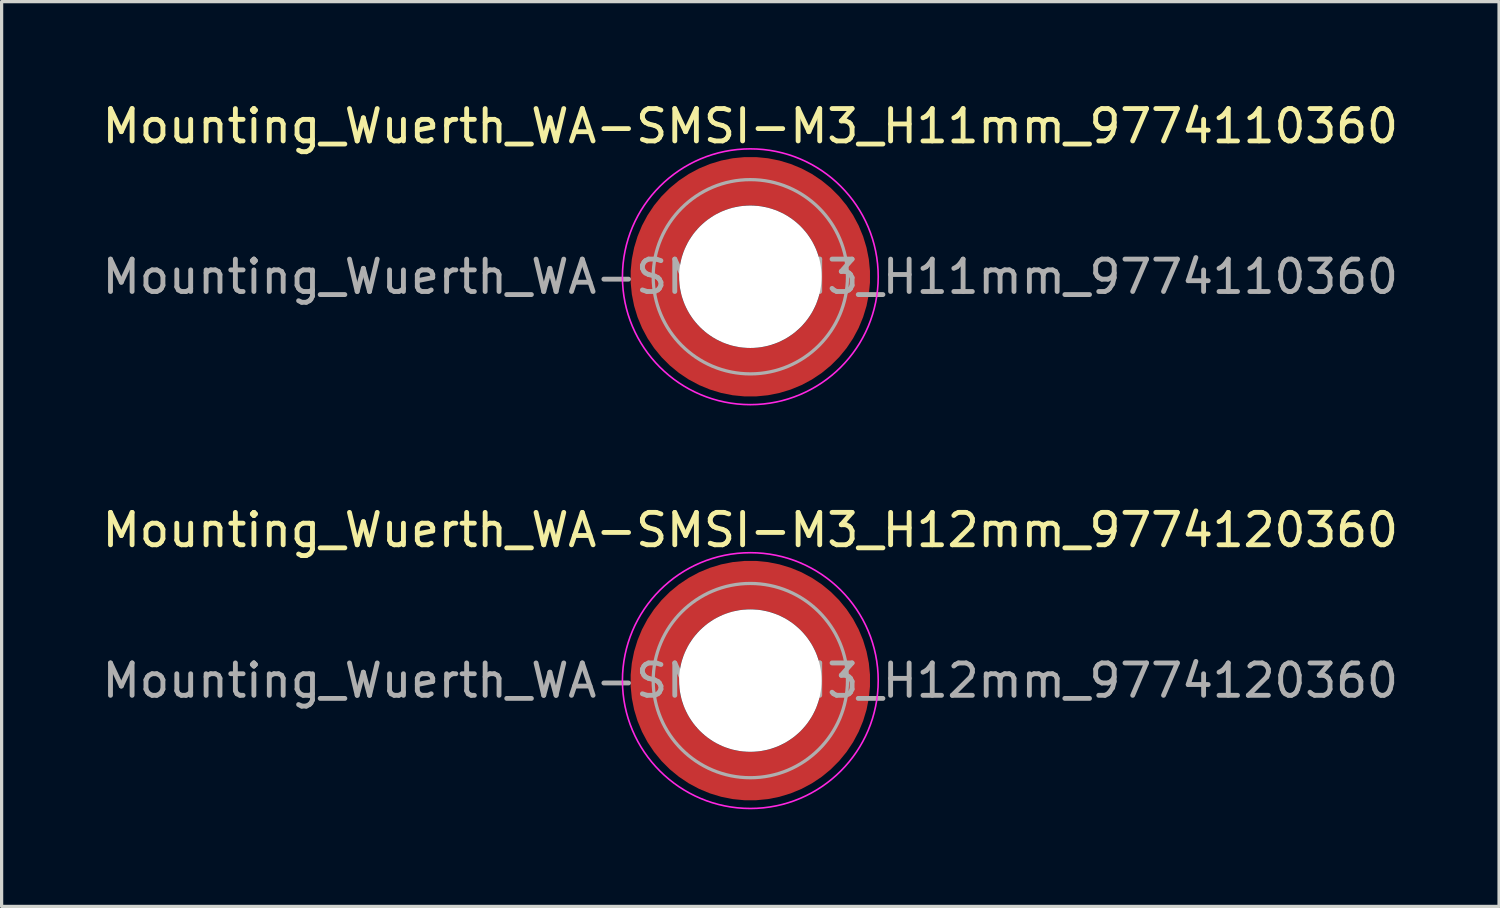
<source format=kicad_pcb>
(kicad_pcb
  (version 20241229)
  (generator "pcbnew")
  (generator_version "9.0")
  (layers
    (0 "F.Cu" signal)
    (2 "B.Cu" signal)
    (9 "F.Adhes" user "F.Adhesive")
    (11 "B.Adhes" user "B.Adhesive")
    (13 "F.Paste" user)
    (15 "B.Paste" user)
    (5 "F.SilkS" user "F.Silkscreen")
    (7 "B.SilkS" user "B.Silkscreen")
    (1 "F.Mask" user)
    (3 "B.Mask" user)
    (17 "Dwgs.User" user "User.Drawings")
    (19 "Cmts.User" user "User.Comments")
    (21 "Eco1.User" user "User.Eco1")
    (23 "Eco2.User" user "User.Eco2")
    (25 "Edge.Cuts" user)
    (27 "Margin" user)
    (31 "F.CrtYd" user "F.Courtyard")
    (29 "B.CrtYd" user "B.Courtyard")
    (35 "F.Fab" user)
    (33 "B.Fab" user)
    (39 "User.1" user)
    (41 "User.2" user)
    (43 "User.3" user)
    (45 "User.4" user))
  (footprint "Mounting_Wuerth_WA-SMSI-M3_H12mm_9774120360"
    (layer "F.Cu")
    (at 20.125 17.971)
    (property "Reference" "Mounting_Wuerth_WA-SMSI-M3_H12mm_9774120360" (at 0 -4.65 0) (layer "F.SilkS") (effects (font (size 1 1) (thickness 0.15))))
    (attr smd)
    (fp_circle (center 0 0) (end 3.95 0) (stroke (width 0.05) (type solid)) (fill no) (layer "F.CrtYd"))
    (fp_circle (center 0 0) (end 3 0) (stroke (width 0.1) (type solid)) (fill no) (layer "F.Fab"))
    (fp_text user "${REFERENCE}" (at 0 0 0) (layer "F.Fab") (effects (font (size 1 1) (thickness 0.15))))
    (pad "" smd custom (at -2.058 -2.058) (size 0.7 0.7) (layers "F.Paste") (options (anchor circle)) (primitives (gr_arc (start -0.377294 1.707681) (mid 0.317578 0.318817) (end 1.705947 -0.377044) (width 0.2)) (gr_arc (start -0.478281 1.707681) (mid 0.246161 0.248814) (end 1.703965 -0.477765) (width 0.2)) (gr_arc (start -0.579192 1.707681) (mid 0.175492 0.178063) (end 1.704077 -0.578711) (width 0.2)) (gr_arc (start -0.680037 1.707681) (mid 0.105568 0.106564) (end 1.706284 -0.679858) (width 0.2)) (gr_arc (start -0.780822 1.707681) (mid 0.034627 0.036085) (end 1.705634 -0.780569) (width 0.2)) (gr_arc (start -0.881554 1.707681) (mid -0.035694 -0.035016) (end 1.706729 -0.881441) (width 0.2)) (gr_arc (start -0.982237 1.707681) (mid -0.107281 -0.10485) (end 1.704266 -0.981843) (width 0.2)) (gr_arc (start -1.082877 1.707681) (mid -0.178372 -0.175181) (end 1.703197 -1.082374) (width 0.2)) (gr_arc (start -1.183476 1.707681) (mid -0.248964 -0.246008) (end 1.703525 -1.183025) (width 0.2)) (gr_arc (start -1.28404 1.707681) (mid -0.319062 -0.317334) (end 1.70525 -1.283784) (width 0.2)) (gr_line (start 1.708 -0.377) (end 1.708 -1.284) (width 0.2)) (gr_line (start -0.377 1.708) (end -1.284 1.708) (width 0.2))))
    (pad "" smd custom (at -2.058 2.058) (size 0.7 0.7) (layers "F.Paste") (options (anchor circle)) (primitives (gr_arc (start 1.707681 0.377294) (mid 0.318817 -0.317578) (end -0.377044 -1.705947) (width 0.2)) (gr_arc (start 1.707681 0.478281) (mid 0.248814 -0.246161) (end -0.477765 -1.703965) (width 0.2)) (gr_arc (start 1.707681 0.579192) (mid 0.178063 -0.175492) (end -0.578711 -1.704077) (width 0.2)) (gr_arc (start 1.707681 0.680037) (mid 0.106564 -0.105568) (end -0.679858 -1.706284) (width 0.2)) (gr_arc (start 1.707681 0.780822) (mid 0.036085 -0.034626) (end -0.780569 -1.705634) (width 0.2)) (gr_arc (start 1.707681 0.881554) (mid -0.035016 0.035694) (end -0.881441 -1.706729) (width 0.2)) (gr_arc (start 1.707681 0.982237) (mid -0.10485 0.107281) (end -0.981842 -1.704266) (width 0.2)) (gr_arc (start 1.707681 1.082877) (mid -0.175181 0.178372) (end -1.082374 -1.703197) (width 0.2)) (gr_arc (start 1.707681 1.183476) (mid -0.246008 0.248964) (end -1.183025 -1.703525) (width 0.2)) (gr_arc (start 1.707681 1.28404) (mid -0.317334 0.319062) (end -1.283784 -1.70525) (width 0.2)) (gr_line (start -0.377 -1.708) (end -1.284 -1.708) (width 0.2)) (gr_line (start 1.708 0.377) (end 1.708 1.284) (width 0.2))))
    (pad "" np_thru_hole circle (at 0 0) (size 4.4 4.4) (drill 4.4) (layers "*.Cu" "*.Mask"))
    (pad "" smd custom (at 2.058 -2.058) (size 0.7 0.7) (layers "F.Paste") (options (anchor circle)) (primitives (gr_arc (start -1.707681 -0.377294) (mid -0.318817 0.317579) (end 0.377044 1.705947) (width 0.2)) (gr_arc (start -1.707681 -0.478281) (mid -0.248814 0.246161) (end 0.477765 1.703965) (width 0.2)) (gr_arc (start -1.707681 -0.579192) (mid -0.178063 0.175492) (end 0.578711 1.704077) (width 0.2)) (gr_arc (start -1.707681 -0.680037) (mid -0.106564 0.105568) (end 0.679858 1.706284) (width 0.2)) (gr_arc (start -1.707681 -0.780822) (mid -0.036085 0.034627) (end 0.780569 1.705634) (width 0.2)) (gr_arc (start -1.707681 -0.881554) (mid 0.035016 -0.035694) (end 0.881441 1.706729) (width 0.2)) (gr_arc (start -1.707681 -0.982237) (mid 0.10485 -0.107281) (end 0.981843 1.704266) (width 0.2)) (gr_arc (start -1.707681 -1.082877) (mid 0.175181 -0.178372) (end 1.082374 1.703197) (width 0.2)) (gr_arc (start -1.707681 -1.183476) (mid 0.246008 -0.248964) (end 1.183025 1.703525) (width 0.2)) (gr_arc (start -1.707681 -1.28404) (mid 0.317333 -0.319062) (end 1.283784 1.70525) (width 0.2)) (gr_line (start 0.377 1.708) (end 1.284 1.708) (width 0.2)) (gr_line (start -1.708 -0.377) (end -1.708 -1.284) (width 0.2))))
    (pad "" smd custom (at 2.058 2.058) (size 0.7 0.7) (layers "F.Paste") (options (anchor circle)) (primitives (gr_arc (start 0.377294 -1.707681) (mid -0.317579 -0.318817) (end -1.705947 0.377044) (width 0.2)) (gr_arc (start 0.478281 -1.707681) (mid -0.246161 -0.248814) (end -1.703965 0.477765) (width 0.2)) (gr_arc (start 0.579192 -1.707681) (mid -0.175492 -0.178063) (end -1.704077 0.578711) (width 0.2)) (gr_arc (start 0.680037 -1.707681) (mid -0.105568 -0.106564) (end -1.706284 0.679858) (width 0.2)) (gr_arc (start 0.780822 -1.707681) (mid -0.034627 -0.036085) (end -1.705634 0.780569) (width 0.2)) (gr_arc (start 0.881554 -1.707681) (mid 0.035694 0.035016) (end -1.706729 0.881441) (width 0.2)) (gr_arc (start 0.982237 -1.707681) (mid 0.107281 0.10485) (end -1.704266 0.981843) (width 0.2)) (gr_arc (start 1.082877 -1.707681) (mid 0.178372 0.175181) (end -1.703197 1.082374) (width 0.2)) (gr_arc (start 1.183476 -1.707681) (mid 0.248964 0.246008) (end -1.703525 1.183025) (width 0.2)) (gr_arc (start 1.28404 -1.707681) (mid 0.319062 0.317333) (end -1.70525 1.283784) (width 0.2)) (gr_line (start -1.708 0.377) (end -1.708 1.284) (width 0.2)) (gr_line (start 0.377 -1.708) (end 1.284 -1.708) (width 0.2))))
    (pad "1" smd circle (at -2.95 0) (size 1.1 1.1) (layers "F.Cu"))
    (pad "1" smd circle (at 0 -2.95) (size 1.1 1.1) (layers "F.Cu"))
    (pad "1" smd circle (at 0 2.95) (size 1.1 1.1) (layers "F.Cu"))
    (pad "1" smd custom (at 2.95 0) (size 1.1 1.1) (layers "F.Cu" "F.Mask") (options (anchor circle)) (primitives (gr_circle (center -2.95 0) (end 0 0) (width 1.5) (fill no)))))
  (footprint "Mounting_Wuerth_WA-SMSI-M3_H11mm_9774110360"
    (layer "F.Cu")
    (at 20.125 5.498)
    (property "Reference" "Mounting_Wuerth_WA-SMSI-M3_H11mm_9774110360" (at 0 -4.65 0) (layer "F.SilkS") (effects (font (size 1 1) (thickness 0.15))))
    (attr smd)
    (fp_circle (center 0 0) (end 3.95 0) (stroke (width 0.05) (type solid)) (fill no) (layer "F.CrtYd"))
    (fp_circle (center 0 0) (end 3 0) (stroke (width 0.1) (type solid)) (fill no) (layer "F.Fab"))
    (fp_text user "${REFERENCE}" (at 0 0 0) (layer "F.Fab") (effects (font (size 1 1) (thickness 0.15))))
    (pad "" smd custom (at -2.058 -2.058) (size 0.7 0.7) (layers "F.Paste") (options (anchor circle)) (primitives (gr_arc (start -0.377294 1.707681) (mid 0.317578 0.318817) (end 1.705947 -0.377044) (width 0.2)) (gr_arc (start -0.478281 1.707681) (mid 0.246161 0.248814) (end 1.703965 -0.477765) (width 0.2)) (gr_arc (start -0.579192 1.707681) (mid 0.175492 0.178063) (end 1.704077 -0.578711) (width 0.2)) (gr_arc (start -0.680037 1.707681) (mid 0.105568 0.106564) (end 1.706284 -0.679858) (width 0.2)) (gr_arc (start -0.780822 1.707681) (mid 0.034627 0.036085) (end 1.705634 -0.780569) (width 0.2)) (gr_arc (start -0.881554 1.707681) (mid -0.035694 -0.035016) (end 1.706729 -0.881441) (width 0.2)) (gr_arc (start -0.982237 1.707681) (mid -0.107281 -0.10485) (end 1.704266 -0.981843) (width 0.2)) (gr_arc (start -1.082877 1.707681) (mid -0.178372 -0.175181) (end 1.703197 -1.082374) (width 0.2)) (gr_arc (start -1.183476 1.707681) (mid -0.248964 -0.246008) (end 1.703525 -1.183025) (width 0.2)) (gr_arc (start -1.28404 1.707681) (mid -0.319062 -0.317334) (end 1.70525 -1.283784) (width 0.2)) (gr_line (start 1.708 -0.377) (end 1.708 -1.284) (width 0.2)) (gr_line (start -0.377 1.708) (end -1.284 1.708) (width 0.2))))
    (pad "" smd custom (at -2.058 2.058) (size 0.7 0.7) (layers "F.Paste") (options (anchor circle)) (primitives (gr_arc (start 1.707681 0.377294) (mid 0.318817 -0.317578) (end -0.377044 -1.705947) (width 0.2)) (gr_arc (start 1.707681 0.478281) (mid 0.248814 -0.246161) (end -0.477765 -1.703965) (width 0.2)) (gr_arc (start 1.707681 0.579192) (mid 0.178063 -0.175492) (end -0.578711 -1.704077) (width 0.2)) (gr_arc (start 1.707681 0.680037) (mid 0.106564 -0.105568) (end -0.679858 -1.706284) (width 0.2)) (gr_arc (start 1.707681 0.780822) (mid 0.036085 -0.034626) (end -0.780569 -1.705634) (width 0.2)) (gr_arc (start 1.707681 0.881554) (mid -0.035016 0.035694) (end -0.881441 -1.706729) (width 0.2)) (gr_arc (start 1.707681 0.982237) (mid -0.10485 0.107281) (end -0.981842 -1.704266) (width 0.2)) (gr_arc (start 1.707681 1.082877) (mid -0.175181 0.178372) (end -1.082374 -1.703197) (width 0.2)) (gr_arc (start 1.707681 1.183476) (mid -0.246008 0.248964) (end -1.183025 -1.703525) (width 0.2)) (gr_arc (start 1.707681 1.28404) (mid -0.317334 0.319062) (end -1.283784 -1.70525) (width 0.2)) (gr_line (start -0.377 -1.708) (end -1.284 -1.708) (width 0.2)) (gr_line (start 1.708 0.377) (end 1.708 1.284) (width 0.2))))
    (pad "" np_thru_hole circle (at 0 0) (size 4.4 4.4) (drill 4.4) (layers "*.Cu" "*.Mask"))
    (pad "" smd custom (at 2.058 -2.058) (size 0.7 0.7) (layers "F.Paste") (options (anchor circle)) (primitives (gr_arc (start -1.707681 -0.377294) (mid -0.318817 0.317579) (end 0.377044 1.705947) (width 0.2)) (gr_arc (start -1.707681 -0.478281) (mid -0.248814 0.246161) (end 0.477765 1.703965) (width 0.2)) (gr_arc (start -1.707681 -0.579192) (mid -0.178063 0.175492) (end 0.578711 1.704077) (width 0.2)) (gr_arc (start -1.707681 -0.680037) (mid -0.106564 0.105568) (end 0.679858 1.706284) (width 0.2)) (gr_arc (start -1.707681 -0.780822) (mid -0.036085 0.034627) (end 0.780569 1.705634) (width 0.2)) (gr_arc (start -1.707681 -0.881554) (mid 0.035016 -0.035694) (end 0.881441 1.706729) (width 0.2)) (gr_arc (start -1.707681 -0.982237) (mid 0.10485 -0.107281) (end 0.981843 1.704266) (width 0.2)) (gr_arc (start -1.707681 -1.082877) (mid 0.175181 -0.178372) (end 1.082374 1.703197) (width 0.2)) (gr_arc (start -1.707681 -1.183476) (mid 0.246008 -0.248964) (end 1.183025 1.703525) (width 0.2)) (gr_arc (start -1.707681 -1.28404) (mid 0.317333 -0.319062) (end 1.283784 1.70525) (width 0.2)) (gr_line (start 0.377 1.708) (end 1.284 1.708) (width 0.2)) (gr_line (start -1.708 -0.377) (end -1.708 -1.284) (width 0.2))))
    (pad "" smd custom (at 2.058 2.058) (size 0.7 0.7) (layers "F.Paste") (options (anchor circle)) (primitives (gr_arc (start 0.377294 -1.707681) (mid -0.317579 -0.318817) (end -1.705947 0.377044) (width 0.2)) (gr_arc (start 0.478281 -1.707681) (mid -0.246161 -0.248814) (end -1.703965 0.477765) (width 0.2)) (gr_arc (start 0.579192 -1.707681) (mid -0.175492 -0.178063) (end -1.704077 0.578711) (width 0.2)) (gr_arc (start 0.680037 -1.707681) (mid -0.105568 -0.106564) (end -1.706284 0.679858) (width 0.2)) (gr_arc (start 0.780822 -1.707681) (mid -0.034627 -0.036085) (end -1.705634 0.780569) (width 0.2)) (gr_arc (start 0.881554 -1.707681) (mid 0.035694 0.035016) (end -1.706729 0.881441) (width 0.2)) (gr_arc (start 0.982237 -1.707681) (mid 0.107281 0.10485) (end -1.704266 0.981843) (width 0.2)) (gr_arc (start 1.082877 -1.707681) (mid 0.178372 0.175181) (end -1.703197 1.082374) (width 0.2)) (gr_arc (start 1.183476 -1.707681) (mid 0.248964 0.246008) (end -1.703525 1.183025) (width 0.2)) (gr_arc (start 1.28404 -1.707681) (mid 0.319062 0.317333) (end -1.70525 1.283784) (width 0.2)) (gr_line (start -1.708 0.377) (end -1.708 1.284) (width 0.2)) (gr_line (start 0.377 -1.708) (end 1.284 -1.708) (width 0.2))))
    (pad "1" smd circle (at -2.95 0) (size 1.1 1.1) (layers "F.Cu"))
    (pad "1" smd circle (at 0 -2.95) (size 1.1 1.1) (layers "F.Cu"))
    (pad "1" smd circle (at 0 2.95) (size 1.1 1.1) (layers "F.Cu"))
    (pad "1" smd custom (at 2.95 0) (size 1.1 1.1) (layers "F.Cu" "F.Mask") (options (anchor circle)) (primitives (gr_circle (center -2.95 0) (end 0 0) (width 1.5) (fill no)))))
  (gr_rect
    (start -3 -3)
    (end 43.25 24.947)
    (stroke (width 0.1) (type default))
    (fill no)
    (layer "Edge.Cuts")))
</source>
